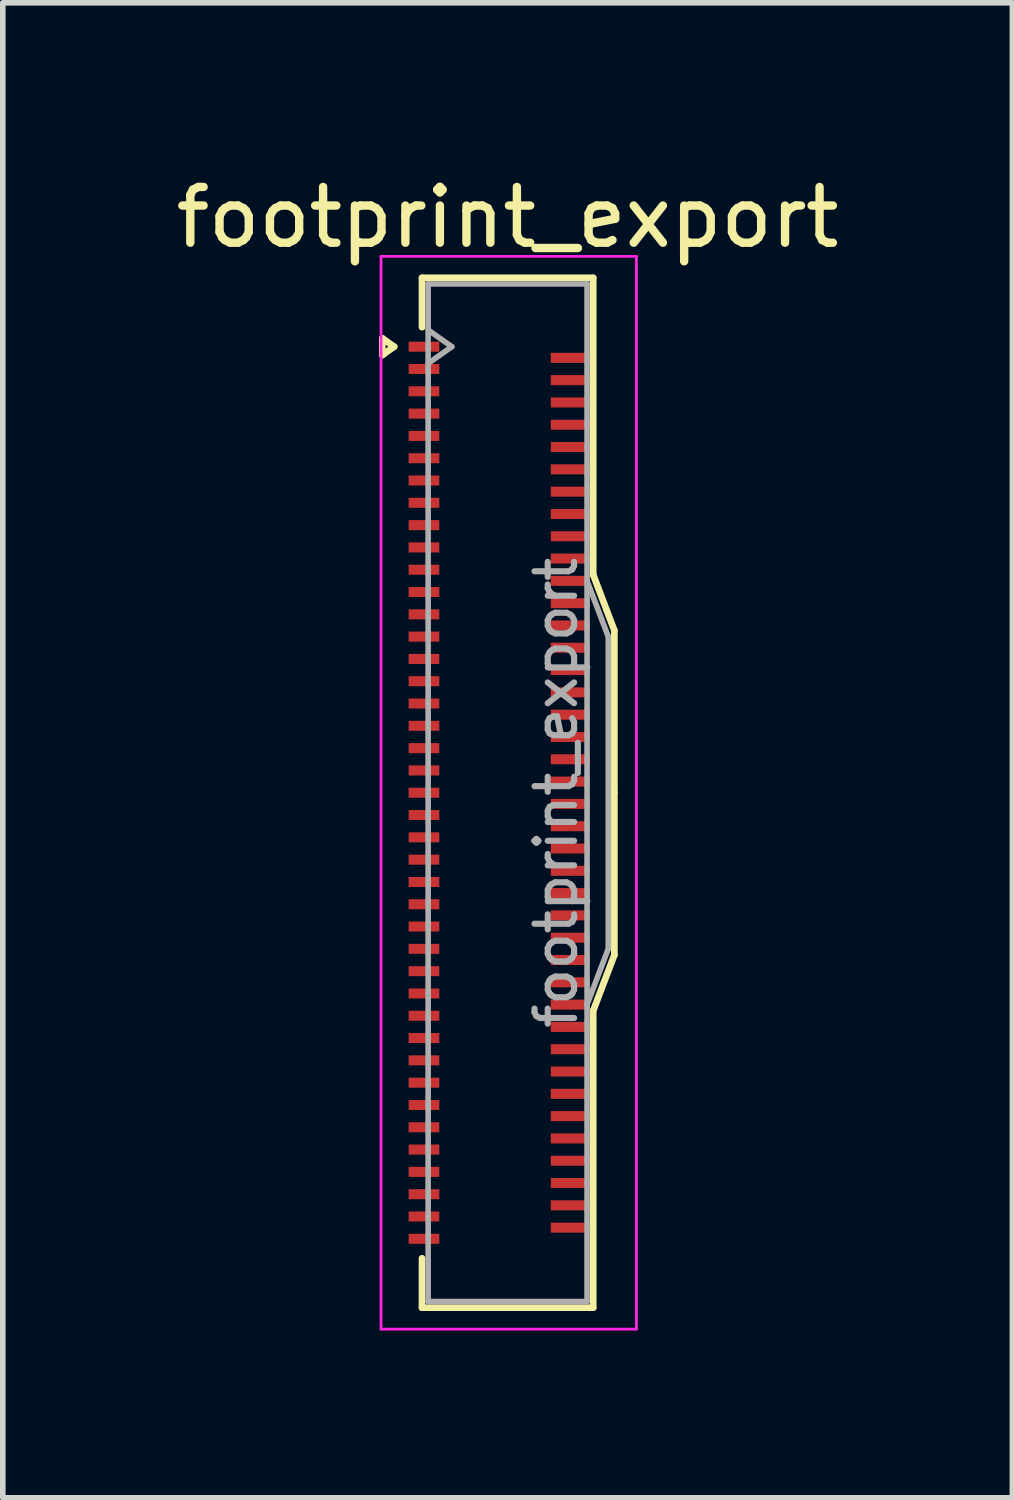
<source format=kicad_pcb>
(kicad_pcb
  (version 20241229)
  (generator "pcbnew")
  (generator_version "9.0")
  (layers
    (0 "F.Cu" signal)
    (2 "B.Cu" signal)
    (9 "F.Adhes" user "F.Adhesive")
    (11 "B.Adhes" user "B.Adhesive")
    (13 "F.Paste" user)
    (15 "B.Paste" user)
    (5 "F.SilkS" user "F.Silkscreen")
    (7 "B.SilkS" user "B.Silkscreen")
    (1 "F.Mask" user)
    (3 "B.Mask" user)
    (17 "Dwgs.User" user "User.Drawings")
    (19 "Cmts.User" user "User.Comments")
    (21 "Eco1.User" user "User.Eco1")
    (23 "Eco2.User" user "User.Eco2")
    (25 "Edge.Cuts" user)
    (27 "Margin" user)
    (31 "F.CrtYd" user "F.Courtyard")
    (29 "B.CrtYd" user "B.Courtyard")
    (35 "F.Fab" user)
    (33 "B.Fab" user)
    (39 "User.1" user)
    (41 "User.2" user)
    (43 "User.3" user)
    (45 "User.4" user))
  (footprint "footprint_export"
    (layer "F.Cu")
    (at 5.904 11.168)
    (property "Reference" "footprint_export" (at 0.15 -10.32 0) (layer "F.SilkS") (effects (font (size 1 1) (thickness 0.15))))
    (attr smd)
    (fp_line (start -2.097 -8.15) (end -1.885 -8) (stroke (width 0.12) (type solid)) (layer "F.SilkS"))
    (fp_line (start -2.097 -7.85) (end -2.097 -8.15) (stroke (width 0.12) (type solid)) (layer "F.SilkS"))
    (fp_line (start -1.885 -8) (end -2.097 -7.85) (stroke (width 0.12) (type solid)) (layer "F.SilkS"))
    (fp_line (start -1.385 -9.235) (end 1.685 -9.235) (stroke (width 0.12) (type solid)) (layer "F.SilkS"))
    (fp_line (start -1.385 -8.35) (end -1.385 -9.235) (stroke (width 0.12) (type solid)) (layer "F.SilkS"))
    (fp_line (start -1.385 8.35) (end -1.385 9.235) (stroke (width 0.12) (type solid)) (layer "F.SilkS"))
    (fp_line (start -1.385 9.235) (end 1.685 9.235) (stroke (width 0.12) (type solid)) (layer "F.SilkS"))
    (fp_line (start 1.685 -9.235) (end 1.685 -3.91) (stroke (width 0.12) (type solid)) (layer "F.SilkS"))
    (fp_line (start 1.685 -3.91) (end 2.065 -2.91) (stroke (width 0.12) (type solid)) (layer "F.SilkS"))
    (fp_line (start 1.685 3.91) (end 2.065 2.91) (stroke (width 0.12) (type solid)) (layer "F.SilkS"))
    (fp_line (start 1.685 9.235) (end 1.685 3.91) (stroke (width 0.12) (type solid)) (layer "F.SilkS"))
    (fp_line (start 2.065 -2.91) (end 2.065 0) (stroke (width 0.12) (type solid)) (layer "F.SilkS"))
    (fp_line (start 2.065 2.91) (end 2.065 0) (stroke (width 0.12) (type solid)) (layer "F.SilkS"))
    (fp_line (start -2.12 -9.62) (end -2.12 9.62) (stroke (width 0.05) (type solid)) (layer "F.CrtYd"))
    (fp_line (start -2.12 9.62) (end 2.46 9.62) (stroke (width 0.05) (type solid)) (layer "F.CrtYd"))
    (fp_line (start 2.46 -9.62) (end -2.12 -9.62) (stroke (width 0.05) (type solid)) (layer "F.CrtYd"))
    (fp_line (start 2.46 9.62) (end 2.46 -9.62) (stroke (width 0.05) (type solid)) (layer "F.CrtYd"))
    (fp_line (start -1.275 -9.125) (end -1.275 9.125) (stroke (width 0.1) (type solid)) (layer "F.Fab"))
    (fp_line (start -1.275 -8.3) (end -0.851 -8) (stroke (width 0.1) (type solid)) (layer "F.Fab"))
    (fp_line (start -1.275 9.125) (end 1.575 9.125) (stroke (width 0.1) (type solid)) (layer "F.Fab"))
    (fp_line (start -0.851 -8) (end -1.275 -7.7) (stroke (width 0.1) (type solid)) (layer "F.Fab"))
    (fp_line (start 1.575 -9.125) (end -1.275 -9.125) (stroke (width 0.1) (type solid)) (layer "F.Fab"))
    (fp_line (start 1.575 -3.8) (end 1.955 -2.8) (stroke (width 0.1) (type solid)) (layer "F.Fab"))
    (fp_line (start 1.575 9.125) (end 1.575 -9.125) (stroke (width 0.1) (type solid)) (layer "F.Fab"))
    (fp_line (start 1.955 -2.8) (end 1.955 2.8) (stroke (width 0.1) (type solid)) (layer "F.Fab"))
    (fp_line (start 1.955 2.8) (end 1.575 3.8) (stroke (width 0.1) (type solid)) (layer "F.Fab"))
    (fp_text user "${REFERENCE}" (at 1.02 0 90) (layer "F.Fab") (effects (font (size 0.71 0.71) (thickness 0.11))))
    (pad "1" smd rect (at -1.35 -8) (size 0.55 0.18) (layers "F.Cu" "F.Mask" "F.Paste"))
    (pad "2" smd rect (at 1.275 -7.8) (size 0.7 0.18) (layers "F.Cu" "F.Mask" "F.Paste"))
    (pad "3" smd rect (at -1.35 -7.6) (size 0.55 0.18) (layers "F.Cu" "F.Mask" "F.Paste"))
    (pad "4" smd rect (at 1.275 -7.4) (size 0.7 0.18) (layers "F.Cu" "F.Mask" "F.Paste"))
    (pad "5" smd rect (at -1.35 -7.2) (size 0.55 0.18) (layers "F.Cu" "F.Mask" "F.Paste"))
    (pad "6" smd rect (at 1.275 -7) (size 0.7 0.18) (layers "F.Cu" "F.Mask" "F.Paste"))
    (pad "7" smd rect (at -1.35 -6.8) (size 0.55 0.18) (layers "F.Cu" "F.Mask" "F.Paste"))
    (pad "8" smd rect (at 1.275 -6.6) (size 0.7 0.18) (layers "F.Cu" "F.Mask" "F.Paste"))
    (pad "9" smd rect (at -1.35 -6.4) (size 0.55 0.18) (layers "F.Cu" "F.Mask" "F.Paste"))
    (pad "10" smd rect (at 1.275 -6.2) (size 0.7 0.18) (layers "F.Cu" "F.Mask" "F.Paste"))
    (pad "11" smd rect (at -1.35 -6) (size 0.55 0.18) (layers "F.Cu" "F.Mask" "F.Paste"))
    (pad "12" smd rect (at 1.275 -5.8) (size 0.7 0.18) (layers "F.Cu" "F.Mask" "F.Paste"))
    (pad "13" smd rect (at -1.35 -5.6) (size 0.55 0.18) (layers "F.Cu" "F.Mask" "F.Paste"))
    (pad "14" smd rect (at 1.275 -5.4) (size 0.7 0.18) (layers "F.Cu" "F.Mask" "F.Paste"))
    (pad "15" smd rect (at -1.35 -5.2) (size 0.55 0.18) (layers "F.Cu" "F.Mask" "F.Paste"))
    (pad "16" smd rect (at 1.275 -5) (size 0.7 0.18) (layers "F.Cu" "F.Mask" "F.Paste"))
    (pad "17" smd rect (at -1.35 -4.8) (size 0.55 0.18) (layers "F.Cu" "F.Mask" "F.Paste"))
    (pad "18" smd rect (at 1.275 -4.6) (size 0.7 0.18) (layers "F.Cu" "F.Mask" "F.Paste"))
    (pad "19" smd rect (at -1.35 -4.4) (size 0.55 0.18) (layers "F.Cu" "F.Mask" "F.Paste"))
    (pad "20" smd rect (at 1.275 -4.2) (size 0.7 0.18) (layers "F.Cu" "F.Mask" "F.Paste"))
    (pad "21" smd rect (at -1.35 -4) (size 0.55 0.18) (layers "F.Cu" "F.Mask" "F.Paste"))
    (pad "22" smd rect (at 1.275 -3.8) (size 0.7 0.18) (layers "F.Cu" "F.Mask" "F.Paste"))
    (pad "23" smd rect (at -1.35 -3.6) (size 0.55 0.18) (layers "F.Cu" "F.Mask" "F.Paste"))
    (pad "24" smd rect (at 1.275 -3.4) (size 0.7 0.18) (layers "F.Cu" "F.Mask" "F.Paste"))
    (pad "25" smd rect (at -1.35 -3.2) (size 0.55 0.18) (layers "F.Cu" "F.Mask" "F.Paste"))
    (pad "26" smd rect (at 1.275 -3) (size 0.7 0.18) (layers "F.Cu" "F.Mask" "F.Paste"))
    (pad "27" smd rect (at -1.35 -2.8) (size 0.55 0.18) (layers "F.Cu" "F.Mask" "F.Paste"))
    (pad "28" smd rect (at 1.275 -2.6) (size 0.7 0.18) (layers "F.Cu" "F.Mask" "F.Paste"))
    (pad "29" smd rect (at -1.35 -2.4) (size 0.55 0.18) (layers "F.Cu" "F.Mask" "F.Paste"))
    (pad "30" smd rect (at 1.275 -2.2) (size 0.7 0.18) (layers "F.Cu" "F.Mask" "F.Paste"))
    (pad "31" smd rect (at -1.35 -2) (size 0.55 0.18) (layers "F.Cu" "F.Mask" "F.Paste"))
    (pad "32" smd rect (at 1.275 -1.8) (size 0.7 0.18) (layers "F.Cu" "F.Mask" "F.Paste"))
    (pad "33" smd rect (at -1.35 -1.6) (size 0.55 0.18) (layers "F.Cu" "F.Mask" "F.Paste"))
    (pad "34" smd rect (at 1.275 -1.4) (size 0.7 0.18) (layers "F.Cu" "F.Mask" "F.Paste"))
    (pad "35" smd rect (at -1.35 -1.2) (size 0.55 0.18) (layers "F.Cu" "F.Mask" "F.Paste"))
    (pad "36" smd rect (at 1.275 -1) (size 0.7 0.18) (layers "F.Cu" "F.Mask" "F.Paste"))
    (pad "37" smd rect (at -1.35 -0.8) (size 0.55 0.18) (layers "F.Cu" "F.Mask" "F.Paste"))
    (pad "38" smd rect (at 1.275 -0.6) (size 0.7 0.18) (layers "F.Cu" "F.Mask" "F.Paste"))
    (pad "39" smd rect (at -1.35 -0.4) (size 0.55 0.18) (layers "F.Cu" "F.Mask" "F.Paste"))
    (pad "40" smd rect (at 1.275 -0.2) (size 0.7 0.18) (layers "F.Cu" "F.Mask" "F.Paste"))
    (pad "41" smd rect (at -1.35 0) (size 0.55 0.18) (layers "F.Cu" "F.Mask" "F.Paste"))
    (pad "42" smd rect (at 1.275 0.2) (size 0.7 0.18) (layers "F.Cu" "F.Mask" "F.Paste"))
    (pad "43" smd rect (at -1.35 0.4) (size 0.55 0.18) (layers "F.Cu" "F.Mask" "F.Paste"))
    (pad "44" smd rect (at 1.275 0.6) (size 0.7 0.18) (layers "F.Cu" "F.Mask" "F.Paste"))
    (pad "45" smd rect (at -1.35 0.8) (size 0.55 0.18) (layers "F.Cu" "F.Mask" "F.Paste"))
    (pad "46" smd rect (at 1.275 1) (size 0.7 0.18) (layers "F.Cu" "F.Mask" "F.Paste"))
    (pad "47" smd rect (at -1.35 1.2) (size 0.55 0.18) (layers "F.Cu" "F.Mask" "F.Paste"))
    (pad "48" smd rect (at 1.275 1.4) (size 0.7 0.18) (layers "F.Cu" "F.Mask" "F.Paste"))
    (pad "49" smd rect (at -1.35 1.6) (size 0.55 0.18) (layers "F.Cu" "F.Mask" "F.Paste"))
    (pad "50" smd rect (at 1.275 1.8) (size 0.7 0.18) (layers "F.Cu" "F.Mask" "F.Paste"))
    (pad "51" smd rect (at -1.35 2) (size 0.55 0.18) (layers "F.Cu" "F.Mask" "F.Paste"))
    (pad "52" smd rect (at 1.275 2.2) (size 0.7 0.18) (layers "F.Cu" "F.Mask" "F.Paste"))
    (pad "53" smd rect (at -1.35 2.4) (size 0.55 0.18) (layers "F.Cu" "F.Mask" "F.Paste"))
    (pad "54" smd rect (at 1.275 2.6) (size 0.7 0.18) (layers "F.Cu" "F.Mask" "F.Paste"))
    (pad "55" smd rect (at -1.35 2.8) (size 0.55 0.18) (layers "F.Cu" "F.Mask" "F.Paste"))
    (pad "56" smd rect (at 1.275 3) (size 0.7 0.18) (layers "F.Cu" "F.Mask" "F.Paste"))
    (pad "57" smd rect (at -1.35 3.2) (size 0.55 0.18) (layers "F.Cu" "F.Mask" "F.Paste"))
    (pad "58" smd rect (at 1.275 3.4) (size 0.7 0.18) (layers "F.Cu" "F.Mask" "F.Paste"))
    (pad "59" smd rect (at -1.35 3.6) (size 0.55 0.18) (layers "F.Cu" "F.Mask" "F.Paste"))
    (pad "60" smd rect (at 1.275 3.8) (size 0.7 0.18) (layers "F.Cu" "F.Mask" "F.Paste"))
    (pad "61" smd rect (at -1.35 4) (size 0.55 0.18) (layers "F.Cu" "F.Mask" "F.Paste"))
    (pad "62" smd rect (at 1.275 4.2) (size 0.7 0.18) (layers "F.Cu" "F.Mask" "F.Paste"))
    (pad "63" smd rect (at -1.35 4.4) (size 0.55 0.18) (layers "F.Cu" "F.Mask" "F.Paste"))
    (pad "64" smd rect (at 1.275 4.6) (size 0.7 0.18) (layers "F.Cu" "F.Mask" "F.Paste"))
    (pad "65" smd rect (at -1.35 4.8) (size 0.55 0.18) (layers "F.Cu" "F.Mask" "F.Paste"))
    (pad "66" smd rect (at 1.275 5) (size 0.7 0.18) (layers "F.Cu" "F.Mask" "F.Paste"))
    (pad "67" smd rect (at -1.35 5.2) (size 0.55 0.18) (layers "F.Cu" "F.Mask" "F.Paste"))
    (pad "68" smd rect (at 1.275 5.4) (size 0.7 0.18) (layers "F.Cu" "F.Mask" "F.Paste"))
    (pad "69" smd rect (at -1.35 5.6) (size 0.55 0.18) (layers "F.Cu" "F.Mask" "F.Paste"))
    (pad "70" smd rect (at 1.275 5.8) (size 0.7 0.18) (layers "F.Cu" "F.Mask" "F.Paste"))
    (pad "71" smd rect (at -1.35 6) (size 0.55 0.18) (layers "F.Cu" "F.Mask" "F.Paste"))
    (pad "72" smd rect (at 1.275 6.2) (size 0.7 0.18) (layers "F.Cu" "F.Mask" "F.Paste"))
    (pad "73" smd rect (at -1.35 6.4) (size 0.55 0.18) (layers "F.Cu" "F.Mask" "F.Paste"))
    (pad "74" smd rect (at 1.275 6.6) (size 0.7 0.18) (layers "F.Cu" "F.Mask" "F.Paste"))
    (pad "75" smd rect (at -1.35 6.8) (size 0.55 0.18) (layers "F.Cu" "F.Mask" "F.Paste"))
    (pad "76" smd rect (at 1.275 7) (size 0.7 0.18) (layers "F.Cu" "F.Mask" "F.Paste"))
    (pad "77" smd rect (at -1.35 7.2) (size 0.55 0.18) (layers "F.Cu" "F.Mask" "F.Paste"))
    (pad "78" smd rect (at 1.275 7.4) (size 0.7 0.18) (layers "F.Cu" "F.Mask" "F.Paste"))
    (pad "79" smd rect (at -1.35 7.6) (size 0.55 0.18) (layers "F.Cu" "F.Mask" "F.Paste"))
    (pad "80" smd rect (at 1.275 7.8) (size 0.7 0.18) (layers "F.Cu" "F.Mask" "F.Paste"))
    (pad "81" smd rect (at -1.35 8) (size 0.55 0.18) (layers "F.Cu" "F.Mask" "F.Paste")))
  (gr_rect
    (start -3 -3)
    (end 15.107 23.813)
    (stroke (width 0.1) (type default))
    (fill no)
    (layer "Edge.Cuts")))
</source>
